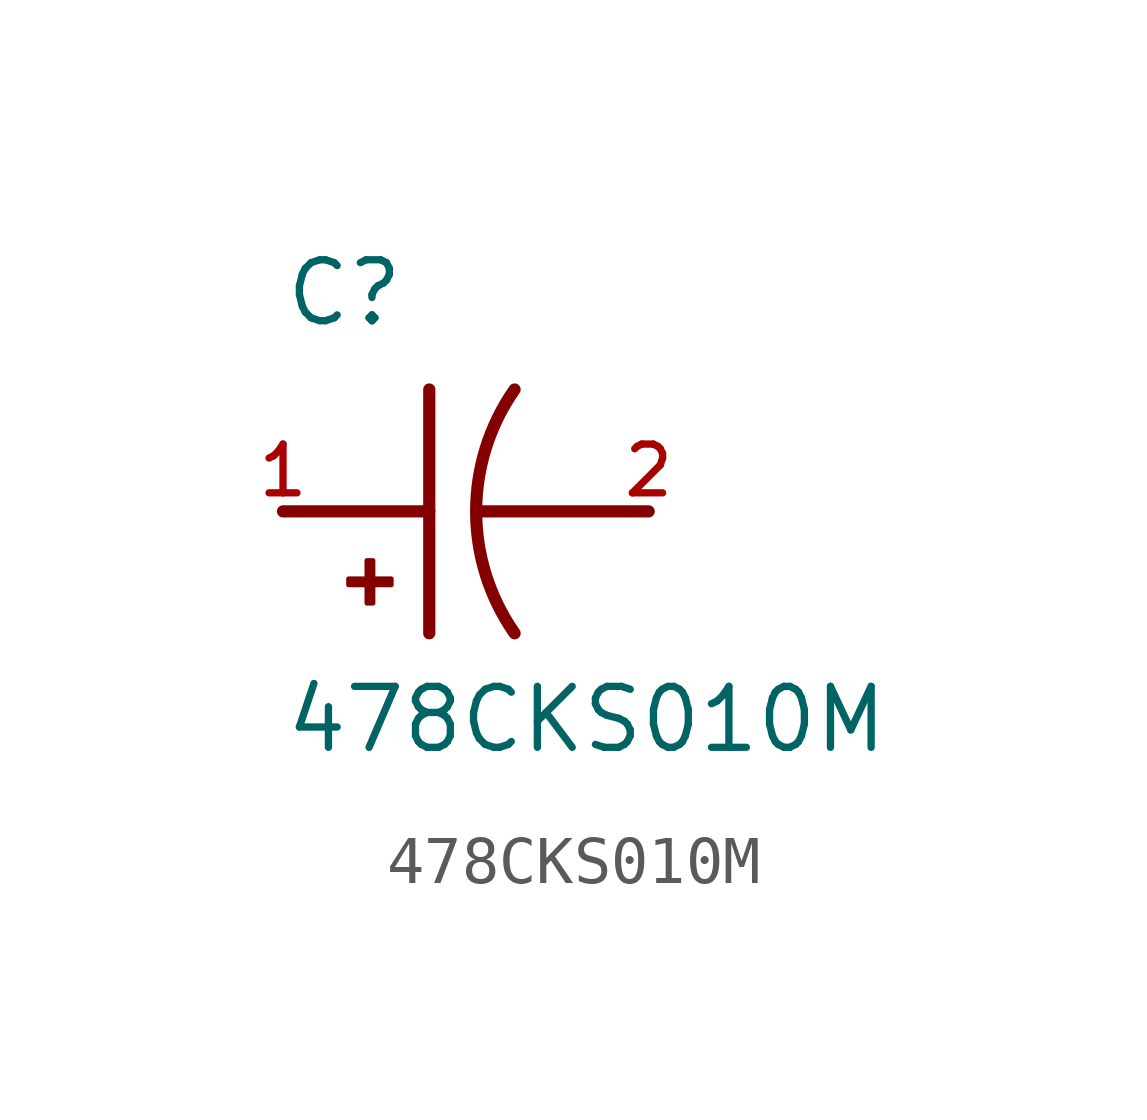
<source format=kicad_sym>
(kicad_symbol_lib
  (version 20211014)
  (generator kicad_symbol_editor)
  (symbol "478CKS010M"
    (pin_names
      (offset 1.016))
    (property "Reference" "C"
      (at -5.08 3.81 0)
      (effects (font (size 1.27 1.27)) (justify bottom left)))
    (property "Value" "478CKS010M"
      (at -5.08 -5.08 0)
      (effects (font (size 1.27 1.27)) (justify bottom left)))
    (symbol "478CKS010M_0_0"
      (arc (start -0.254 -2.54) (mid -1.0549 -0.0) (end -0.254 2.54) (stroke (width 0.254) (type default) (color 0 0 0 0)) (fill (type none)))
      (polyline (pts (xy -1.016 0.0) (xy 2.54 0.0)) (stroke (width 0.254)))
      (polyline (pts (xy -5.08 0.0) (xy -2.032 0.0)) (stroke (width 0.254)))
      (polyline (pts (xy -2.032 2.54) (xy -2.032 -2.54)) (stroke (width 0.254)))
      (rectangle (start -3.713 -1.532) (end -2.824 -1.405) (stroke (width 0.1)) (fill (type outline)))
      (rectangle (start -3.332 -1.913) (end -3.205 -1.024) (stroke (width 0.1)) (fill (type outline)))
      (pin passive line (at -5.08 0.0 0) (length 0) (name "~" (effects (font (size 1.016 1.016)))) (number "1" (effects (font (size 1.016 1.016)))))
      (pin passive line (at 2.54 0.0 180.0) (length 0) (name "~" (effects (font (size 1.016 1.016)))) (number "2" (effects (font (size 1.016 1.016))))))))
</source>
